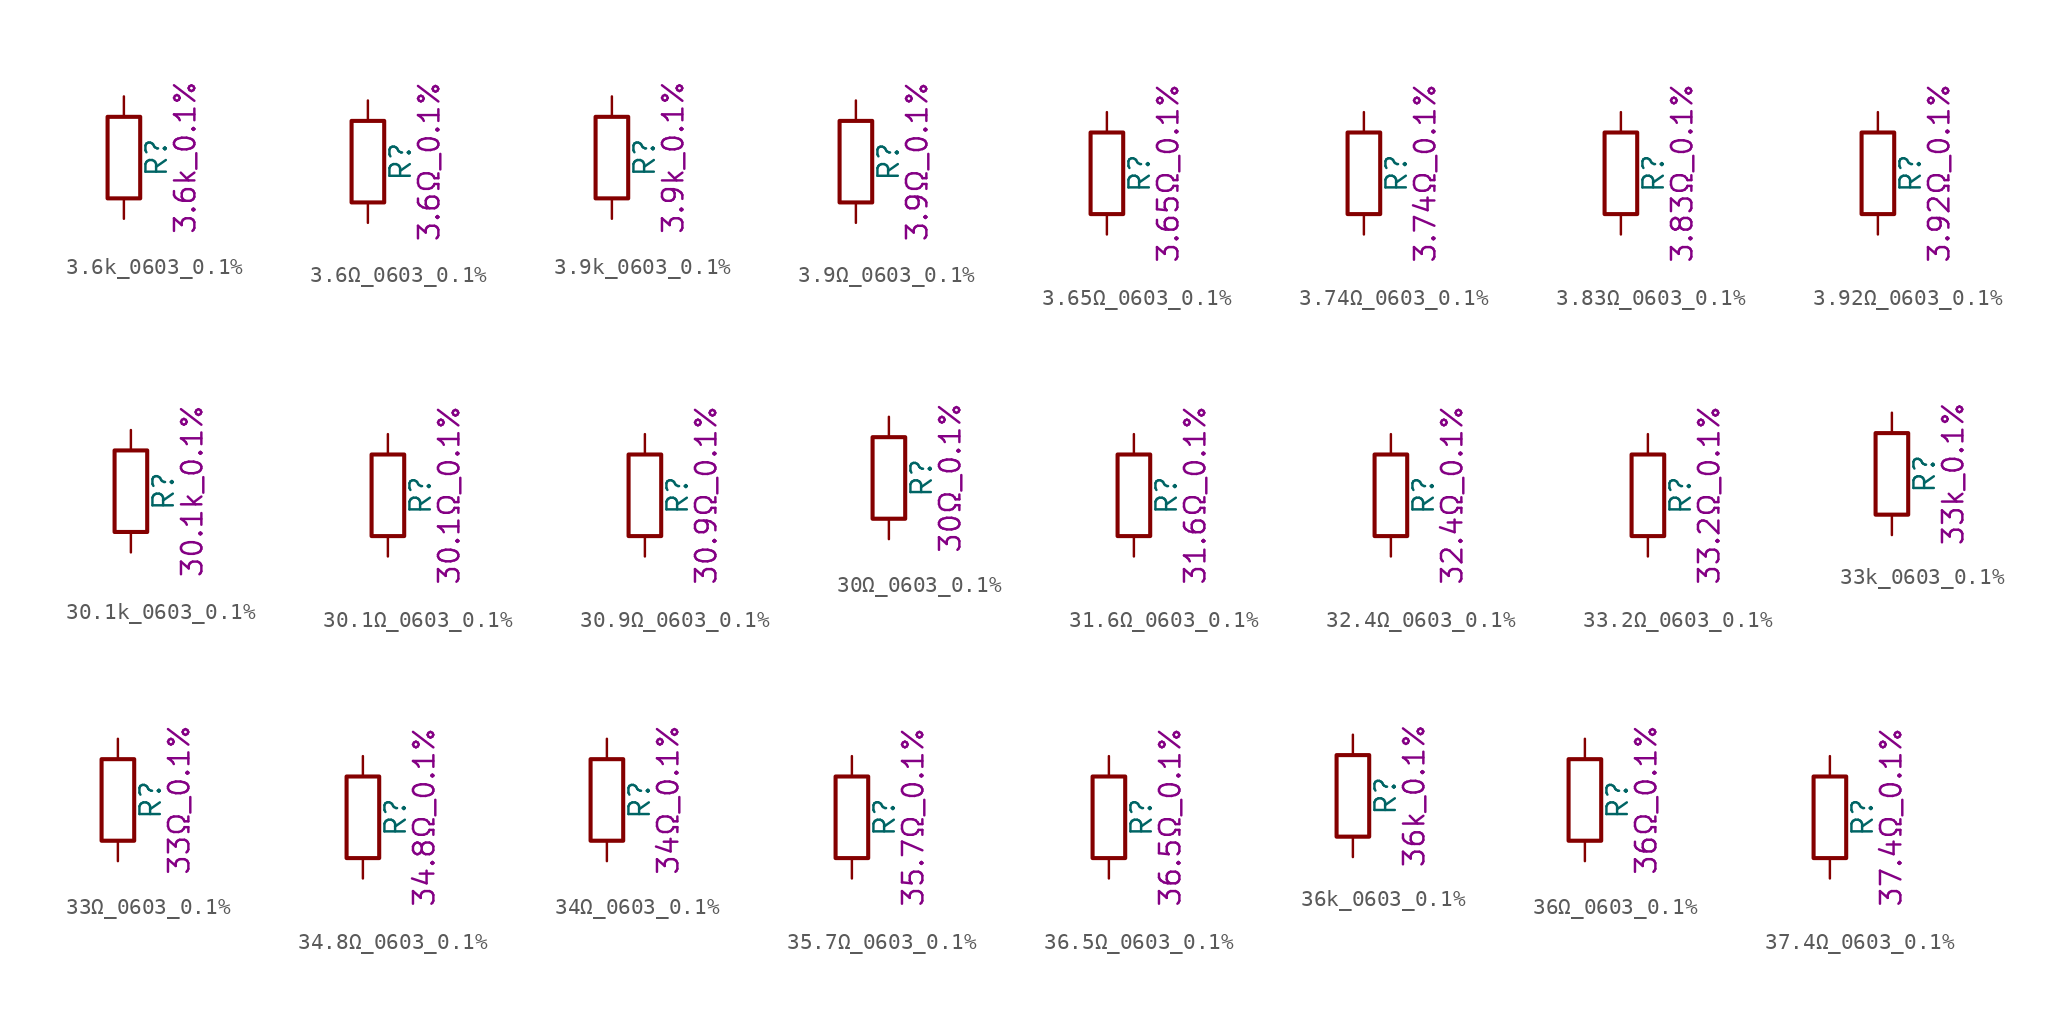
<source format=kicad_sym>
(kicad_symbol_lib
  (version 20211014)
  (generator kicad_symbol_editor)
  (symbol "3.6k_0603_0.1%"
    (pin_numbers hide)
    (pin_names
      (offset 0))
    (property "Reference" "R"
      (at 2.032 0 90)
      (effects (font (size 1.27 1.27))))
    (property "Display" "3.6k_0.1%"
      (at 3.81 0 90)
      (effects (font (size 1.27 1.27))))
    (symbol "3.6k_0603_0.1%_0_1"
      (rectangle (start -1.016 -2.54) (end 1.016 2.54) (stroke (width 0.254) (type default) (color 0 0 0 0)) (fill (type none))))
    (symbol "3.6k_0603_0.1%_1_1"
      (pin passive line (at 0 3.81 270) (length 1.27) (name "~" (effects (font (size 1.27 1.27)))) (number "1" (effects (font (size 1.27 1.27)))))
      (pin passive line (at 0 -3.81 90) (length 1.27) (name "~" (effects (font (size 1.27 1.27)))) (number "2" (effects (font (size 1.27 1.27)))))))
  (symbol "3.6Ω_0603_0.1%"
    (pin_numbers hide)
    (pin_names
      (offset 0))
    (property "Reference" "R"
      (at 2.032 0 90)
      (effects (font (size 1.27 1.27))))
    (property "Display" "3.6Ω_0.1%"
      (at 3.81 0 90)
      (effects (font (size 1.27 1.27))))
    (symbol "3.6Ω_0603_0.1%_0_1"
      (rectangle (start -1.016 -2.54) (end 1.016 2.54) (stroke (width 0.254) (type default) (color 0 0 0 0)) (fill (type none))))
    (symbol "3.6Ω_0603_0.1%_1_1"
      (pin passive line (at 0 3.81 270) (length 1.27) (name "~" (effects (font (size 1.27 1.27)))) (number "1" (effects (font (size 1.27 1.27)))))
      (pin passive line (at 0 -3.81 90) (length 1.27) (name "~" (effects (font (size 1.27 1.27)))) (number "2" (effects (font (size 1.27 1.27)))))))
  (symbol "3.9k_0603_0.1%"
    (pin_numbers hide)
    (pin_names
      (offset 0))
    (property "Reference" "R"
      (at 2.032 0 90)
      (effects (font (size 1.27 1.27))))
    (property "Display" "3.9k_0.1%"
      (at 3.81 0 90)
      (effects (font (size 1.27 1.27))))
    (symbol "3.9k_0603_0.1%_0_1"
      (rectangle (start -1.016 -2.54) (end 1.016 2.54) (stroke (width 0.254) (type default) (color 0 0 0 0)) (fill (type none))))
    (symbol "3.9k_0603_0.1%_1_1"
      (pin passive line (at 0 3.81 270) (length 1.27) (name "~" (effects (font (size 1.27 1.27)))) (number "1" (effects (font (size 1.27 1.27)))))
      (pin passive line (at 0 -3.81 90) (length 1.27) (name "~" (effects (font (size 1.27 1.27)))) (number "2" (effects (font (size 1.27 1.27)))))))
  (symbol "3.9Ω_0603_0.1%"
    (pin_numbers hide)
    (pin_names
      (offset 0))
    (property "Reference" "R"
      (at 2.032 0 90)
      (effects (font (size 1.27 1.27))))
    (property "Display" "3.9Ω_0.1%"
      (at 3.81 0 90)
      (effects (font (size 1.27 1.27))))
    (symbol "3.9Ω_0603_0.1%_0_1"
      (rectangle (start -1.016 -2.54) (end 1.016 2.54) (stroke (width 0.254) (type default) (color 0 0 0 0)) (fill (type none))))
    (symbol "3.9Ω_0603_0.1%_1_1"
      (pin passive line (at 0 3.81 270) (length 1.27) (name "~" (effects (font (size 1.27 1.27)))) (number "1" (effects (font (size 1.27 1.27)))))
      (pin passive line (at 0 -3.81 90) (length 1.27) (name "~" (effects (font (size 1.27 1.27)))) (number "2" (effects (font (size 1.27 1.27)))))))
  (symbol "3.65Ω_0603_0.1%"
    (pin_numbers hide)
    (pin_names
      (offset 0))
    (property "Reference" "R"
      (at 2.032 0 90)
      (effects (font (size 1.27 1.27))))
    (property "Display" "3.65Ω_0.1%"
      (at 3.81 0 90)
      (effects (font (size 1.27 1.27))))
    (symbol "3.65Ω_0603_0.1%_0_1"
      (rectangle (start -1.016 -2.54) (end 1.016 2.54) (stroke (width 0.254) (type default) (color 0 0 0 0)) (fill (type none))))
    (symbol "3.65Ω_0603_0.1%_1_1"
      (pin passive line (at 0 3.81 270) (length 1.27) (name "~" (effects (font (size 1.27 1.27)))) (number "1" (effects (font (size 1.27 1.27)))))
      (pin passive line (at 0 -3.81 90) (length 1.27) (name "~" (effects (font (size 1.27 1.27)))) (number "2" (effects (font (size 1.27 1.27)))))))
  (symbol "3.74Ω_0603_0.1%"
    (pin_numbers hide)
    (pin_names
      (offset 0))
    (property "Reference" "R"
      (at 2.032 0 90)
      (effects (font (size 1.27 1.27))))
    (property "Display" "3.74Ω_0.1%"
      (at 3.81 0 90)
      (effects (font (size 1.27 1.27))))
    (symbol "3.74Ω_0603_0.1%_0_1"
      (rectangle (start -1.016 -2.54) (end 1.016 2.54) (stroke (width 0.254) (type default) (color 0 0 0 0)) (fill (type none))))
    (symbol "3.74Ω_0603_0.1%_1_1"
      (pin passive line (at 0 3.81 270) (length 1.27) (name "~" (effects (font (size 1.27 1.27)))) (number "1" (effects (font (size 1.27 1.27)))))
      (pin passive line (at 0 -3.81 90) (length 1.27) (name "~" (effects (font (size 1.27 1.27)))) (number "2" (effects (font (size 1.27 1.27)))))))
  (symbol "3.83Ω_0603_0.1%"
    (pin_numbers hide)
    (pin_names
      (offset 0))
    (property "Reference" "R"
      (at 2.032 0 90)
      (effects (font (size 1.27 1.27))))
    (property "Display" "3.83Ω_0.1%"
      (at 3.81 0 90)
      (effects (font (size 1.27 1.27))))
    (symbol "3.83Ω_0603_0.1%_0_1"
      (rectangle (start -1.016 -2.54) (end 1.016 2.54) (stroke (width 0.254) (type default) (color 0 0 0 0)) (fill (type none))))
    (symbol "3.83Ω_0603_0.1%_1_1"
      (pin passive line (at 0 3.81 270) (length 1.27) (name "~" (effects (font (size 1.27 1.27)))) (number "1" (effects (font (size 1.27 1.27)))))
      (pin passive line (at 0 -3.81 90) (length 1.27) (name "~" (effects (font (size 1.27 1.27)))) (number "2" (effects (font (size 1.27 1.27)))))))
  (symbol "3.92Ω_0603_0.1%"
    (pin_numbers hide)
    (pin_names
      (offset 0))
    (property "Reference" "R"
      (at 2.032 0 90)
      (effects (font (size 1.27 1.27))))
    (property "Display" "3.92Ω_0.1%"
      (at 3.81 0 90)
      (effects (font (size 1.27 1.27))))
    (symbol "3.92Ω_0603_0.1%_0_1"
      (rectangle (start -1.016 -2.54) (end 1.016 2.54) (stroke (width 0.254) (type default) (color 0 0 0 0)) (fill (type none))))
    (symbol "3.92Ω_0603_0.1%_1_1"
      (pin passive line (at 0 3.81 270) (length 1.27) (name "~" (effects (font (size 1.27 1.27)))) (number "1" (effects (font (size 1.27 1.27)))))
      (pin passive line (at 0 -3.81 90) (length 1.27) (name "~" (effects (font (size 1.27 1.27)))) (number "2" (effects (font (size 1.27 1.27)))))))
  (symbol "30.1k_0603_0.1%"
    (pin_numbers hide)
    (pin_names
      (offset 0))
    (property "Reference" "R"
      (at 2.032 0 90)
      (effects (font (size 1.27 1.27))))
    (property "Display" "30.1k_0.1%"
      (at 3.81 0 90)
      (effects (font (size 1.27 1.27))))
    (symbol "30.1k_0603_0.1%_0_1"
      (rectangle (start -1.016 -2.54) (end 1.016 2.54) (stroke (width 0.254) (type default) (color 0 0 0 0)) (fill (type none))))
    (symbol "30.1k_0603_0.1%_1_1"
      (pin passive line (at 0 3.81 270) (length 1.27) (name "~" (effects (font (size 1.27 1.27)))) (number "1" (effects (font (size 1.27 1.27)))))
      (pin passive line (at 0 -3.81 90) (length 1.27) (name "~" (effects (font (size 1.27 1.27)))) (number "2" (effects (font (size 1.27 1.27)))))))
  (symbol "30.1Ω_0603_0.1%"
    (pin_numbers hide)
    (pin_names
      (offset 0))
    (property "Reference" "R"
      (at 2.032 0 90)
      (effects (font (size 1.27 1.27))))
    (property "Display" "30.1Ω_0.1%"
      (at 3.81 0 90)
      (effects (font (size 1.27 1.27))))
    (symbol "30.1Ω_0603_0.1%_0_1"
      (rectangle (start -1.016 -2.54) (end 1.016 2.54) (stroke (width 0.254) (type default) (color 0 0 0 0)) (fill (type none))))
    (symbol "30.1Ω_0603_0.1%_1_1"
      (pin passive line (at 0 3.81 270) (length 1.27) (name "~" (effects (font (size 1.27 1.27)))) (number "1" (effects (font (size 1.27 1.27)))))
      (pin passive line (at 0 -3.81 90) (length 1.27) (name "~" (effects (font (size 1.27 1.27)))) (number "2" (effects (font (size 1.27 1.27)))))))
  (symbol "30.9Ω_0603_0.1%"
    (pin_numbers hide)
    (pin_names
      (offset 0))
    (property "Reference" "R"
      (at 2.032 0 90)
      (effects (font (size 1.27 1.27))))
    (property "Display" "30.9Ω_0.1%"
      (at 3.81 0 90)
      (effects (font (size 1.27 1.27))))
    (symbol "30.9Ω_0603_0.1%_0_1"
      (rectangle (start -1.016 -2.54) (end 1.016 2.54) (stroke (width 0.254) (type default) (color 0 0 0 0)) (fill (type none))))
    (symbol "30.9Ω_0603_0.1%_1_1"
      (pin passive line (at 0 3.81 270) (length 1.27) (name "~" (effects (font (size 1.27 1.27)))) (number "1" (effects (font (size 1.27 1.27)))))
      (pin passive line (at 0 -3.81 90) (length 1.27) (name "~" (effects (font (size 1.27 1.27)))) (number "2" (effects (font (size 1.27 1.27)))))))
  (symbol "30Ω_0603_0.1%"
    (pin_numbers hide)
    (pin_names
      (offset 0))
    (property "Reference" "R"
      (at 2.032 0 90)
      (effects (font (size 1.27 1.27))))
    (property "Display" "30Ω_0.1%"
      (at 3.81 0 90)
      (effects (font (size 1.27 1.27))))
    (symbol "30Ω_0603_0.1%_0_1"
      (rectangle (start -1.016 -2.54) (end 1.016 2.54) (stroke (width 0.254) (type default) (color 0 0 0 0)) (fill (type none))))
    (symbol "30Ω_0603_0.1%_1_1"
      (pin passive line (at 0 3.81 270) (length 1.27) (name "~" (effects (font (size 1.27 1.27)))) (number "1" (effects (font (size 1.27 1.27)))))
      (pin passive line (at 0 -3.81 90) (length 1.27) (name "~" (effects (font (size 1.27 1.27)))) (number "2" (effects (font (size 1.27 1.27)))))))
  (symbol "31.6Ω_0603_0.1%"
    (pin_numbers hide)
    (pin_names
      (offset 0))
    (property "Reference" "R"
      (at 2.032 0 90)
      (effects (font (size 1.27 1.27))))
    (property "Display" "31.6Ω_0.1%"
      (at 3.81 0 90)
      (effects (font (size 1.27 1.27))))
    (symbol "31.6Ω_0603_0.1%_0_1"
      (rectangle (start -1.016 -2.54) (end 1.016 2.54) (stroke (width 0.254) (type default) (color 0 0 0 0)) (fill (type none))))
    (symbol "31.6Ω_0603_0.1%_1_1"
      (pin passive line (at 0 3.81 270) (length 1.27) (name "~" (effects (font (size 1.27 1.27)))) (number "1" (effects (font (size 1.27 1.27)))))
      (pin passive line (at 0 -3.81 90) (length 1.27) (name "~" (effects (font (size 1.27 1.27)))) (number "2" (effects (font (size 1.27 1.27)))))))
  (symbol "32.4Ω_0603_0.1%"
    (pin_numbers hide)
    (pin_names
      (offset 0))
    (property "Reference" "R"
      (at 2.032 0 90)
      (effects (font (size 1.27 1.27))))
    (property "Display" "32.4Ω_0.1%"
      (at 3.81 0 90)
      (effects (font (size 1.27 1.27))))
    (symbol "32.4Ω_0603_0.1%_0_1"
      (rectangle (start -1.016 -2.54) (end 1.016 2.54) (stroke (width 0.254) (type default) (color 0 0 0 0)) (fill (type none))))
    (symbol "32.4Ω_0603_0.1%_1_1"
      (pin passive line (at 0 3.81 270) (length 1.27) (name "~" (effects (font (size 1.27 1.27)))) (number "1" (effects (font (size 1.27 1.27)))))
      (pin passive line (at 0 -3.81 90) (length 1.27) (name "~" (effects (font (size 1.27 1.27)))) (number "2" (effects (font (size 1.27 1.27)))))))
  (symbol "33.2Ω_0603_0.1%"
    (pin_numbers hide)
    (pin_names
      (offset 0))
    (property "Reference" "R"
      (at 2.032 0 90)
      (effects (font (size 1.27 1.27))))
    (property "Display" "33.2Ω_0.1%"
      (at 3.81 0 90)
      (effects (font (size 1.27 1.27))))
    (symbol "33.2Ω_0603_0.1%_0_1"
      (rectangle (start -1.016 -2.54) (end 1.016 2.54) (stroke (width 0.254) (type default) (color 0 0 0 0)) (fill (type none))))
    (symbol "33.2Ω_0603_0.1%_1_1"
      (pin passive line (at 0 3.81 270) (length 1.27) (name "~" (effects (font (size 1.27 1.27)))) (number "1" (effects (font (size 1.27 1.27)))))
      (pin passive line (at 0 -3.81 90) (length 1.27) (name "~" (effects (font (size 1.27 1.27)))) (number "2" (effects (font (size 1.27 1.27)))))))
  (symbol "33k_0603_0.1%"
    (pin_numbers hide)
    (pin_names
      (offset 0))
    (property "Reference" "R"
      (at 2.032 0 90)
      (effects (font (size 1.27 1.27))))
    (property "Display" "33k_0.1%"
      (at 3.81 0 90)
      (effects (font (size 1.27 1.27))))
    (symbol "33k_0603_0.1%_0_1"
      (rectangle (start -1.016 -2.54) (end 1.016 2.54) (stroke (width 0.254) (type default) (color 0 0 0 0)) (fill (type none))))
    (symbol "33k_0603_0.1%_1_1"
      (pin passive line (at 0 3.81 270) (length 1.27) (name "~" (effects (font (size 1.27 1.27)))) (number "1" (effects (font (size 1.27 1.27)))))
      (pin passive line (at 0 -3.81 90) (length 1.27) (name "~" (effects (font (size 1.27 1.27)))) (number "2" (effects (font (size 1.27 1.27)))))))
  (symbol "33Ω_0603_0.1%"
    (pin_numbers hide)
    (pin_names
      (offset 0))
    (property "Reference" "R"
      (at 2.032 0 90)
      (effects (font (size 1.27 1.27))))
    (property "Display" "33Ω_0.1%"
      (at 3.81 0 90)
      (effects (font (size 1.27 1.27))))
    (symbol "33Ω_0603_0.1%_0_1"
      (rectangle (start -1.016 -2.54) (end 1.016 2.54) (stroke (width 0.254) (type default) (color 0 0 0 0)) (fill (type none))))
    (symbol "33Ω_0603_0.1%_1_1"
      (pin passive line (at 0 3.81 270) (length 1.27) (name "~" (effects (font (size 1.27 1.27)))) (number "1" (effects (font (size 1.27 1.27)))))
      (pin passive line (at 0 -3.81 90) (length 1.27) (name "~" (effects (font (size 1.27 1.27)))) (number "2" (effects (font (size 1.27 1.27)))))))
  (symbol "34.8Ω_0603_0.1%"
    (pin_numbers hide)
    (pin_names
      (offset 0))
    (property "Reference" "R"
      (at 2.032 0 90)
      (effects (font (size 1.27 1.27))))
    (property "Display" "34.8Ω_0.1%"
      (at 3.81 0 90)
      (effects (font (size 1.27 1.27))))
    (symbol "34.8Ω_0603_0.1%_0_1"
      (rectangle (start -1.016 -2.54) (end 1.016 2.54) (stroke (width 0.254) (type default) (color 0 0 0 0)) (fill (type none))))
    (symbol "34.8Ω_0603_0.1%_1_1"
      (pin passive line (at 0 3.81 270) (length 1.27) (name "~" (effects (font (size 1.27 1.27)))) (number "1" (effects (font (size 1.27 1.27)))))
      (pin passive line (at 0 -3.81 90) (length 1.27) (name "~" (effects (font (size 1.27 1.27)))) (number "2" (effects (font (size 1.27 1.27)))))))
  (symbol "34Ω_0603_0.1%"
    (pin_numbers hide)
    (pin_names
      (offset 0))
    (property "Reference" "R"
      (at 2.032 0 90)
      (effects (font (size 1.27 1.27))))
    (property "Display" "34Ω_0.1%"
      (at 3.81 0 90)
      (effects (font (size 1.27 1.27))))
    (symbol "34Ω_0603_0.1%_0_1"
      (rectangle (start -1.016 -2.54) (end 1.016 2.54) (stroke (width 0.254) (type default) (color 0 0 0 0)) (fill (type none))))
    (symbol "34Ω_0603_0.1%_1_1"
      (pin passive line (at 0 3.81 270) (length 1.27) (name "~" (effects (font (size 1.27 1.27)))) (number "1" (effects (font (size 1.27 1.27)))))
      (pin passive line (at 0 -3.81 90) (length 1.27) (name "~" (effects (font (size 1.27 1.27)))) (number "2" (effects (font (size 1.27 1.27)))))))
  (symbol "35.7Ω_0603_0.1%"
    (pin_numbers hide)
    (pin_names
      (offset 0))
    (property "Reference" "R"
      (at 2.032 0 90)
      (effects (font (size 1.27 1.27))))
    (property "Display" "35.7Ω_0.1%"
      (at 3.81 0 90)
      (effects (font (size 1.27 1.27))))
    (symbol "35.7Ω_0603_0.1%_0_1"
      (rectangle (start -1.016 -2.54) (end 1.016 2.54) (stroke (width 0.254) (type default) (color 0 0 0 0)) (fill (type none))))
    (symbol "35.7Ω_0603_0.1%_1_1"
      (pin passive line (at 0 3.81 270) (length 1.27) (name "~" (effects (font (size 1.27 1.27)))) (number "1" (effects (font (size 1.27 1.27)))))
      (pin passive line (at 0 -3.81 90) (length 1.27) (name "~" (effects (font (size 1.27 1.27)))) (number "2" (effects (font (size 1.27 1.27)))))))
  (symbol "36.5Ω_0603_0.1%"
    (pin_numbers hide)
    (pin_names
      (offset 0))
    (property "Reference" "R"
      (at 2.032 0 90)
      (effects (font (size 1.27 1.27))))
    (property "Display" "36.5Ω_0.1%"
      (at 3.81 0 90)
      (effects (font (size 1.27 1.27))))
    (symbol "36.5Ω_0603_0.1%_0_1"
      (rectangle (start -1.016 -2.54) (end 1.016 2.54) (stroke (width 0.254) (type default) (color 0 0 0 0)) (fill (type none))))
    (symbol "36.5Ω_0603_0.1%_1_1"
      (pin passive line (at 0 3.81 270) (length 1.27) (name "~" (effects (font (size 1.27 1.27)))) (number "1" (effects (font (size 1.27 1.27)))))
      (pin passive line (at 0 -3.81 90) (length 1.27) (name "~" (effects (font (size 1.27 1.27)))) (number "2" (effects (font (size 1.27 1.27)))))))
  (symbol "36k_0603_0.1%"
    (pin_numbers hide)
    (pin_names
      (offset 0))
    (property "Reference" "R"
      (at 2.032 0 90)
      (effects (font (size 1.27 1.27))))
    (property "Display" "36k_0.1%"
      (at 3.81 0 90)
      (effects (font (size 1.27 1.27))))
    (symbol "36k_0603_0.1%_0_1"
      (rectangle (start -1.016 -2.54) (end 1.016 2.54) (stroke (width 0.254) (type default) (color 0 0 0 0)) (fill (type none))))
    (symbol "36k_0603_0.1%_1_1"
      (pin passive line (at 0 3.81 270) (length 1.27) (name "~" (effects (font (size 1.27 1.27)))) (number "1" (effects (font (size 1.27 1.27)))))
      (pin passive line (at 0 -3.81 90) (length 1.27) (name "~" (effects (font (size 1.27 1.27)))) (number "2" (effects (font (size 1.27 1.27)))))))
  (symbol "36Ω_0603_0.1%"
    (pin_numbers hide)
    (pin_names
      (offset 0))
    (property "Reference" "R"
      (at 2.032 0 90)
      (effects (font (size 1.27 1.27))))
    (property "Display" "36Ω_0.1%"
      (at 3.81 0 90)
      (effects (font (size 1.27 1.27))))
    (symbol "36Ω_0603_0.1%_0_1"
      (rectangle (start -1.016 -2.54) (end 1.016 2.54) (stroke (width 0.254) (type default) (color 0 0 0 0)) (fill (type none))))
    (symbol "36Ω_0603_0.1%_1_1"
      (pin passive line (at 0 3.81 270) (length 1.27) (name "~" (effects (font (size 1.27 1.27)))) (number "1" (effects (font (size 1.27 1.27)))))
      (pin passive line (at 0 -3.81 90) (length 1.27) (name "~" (effects (font (size 1.27 1.27)))) (number "2" (effects (font (size 1.27 1.27)))))))
  (symbol "37.4Ω_0603_0.1%"
    (pin_numbers hide)
    (pin_names
      (offset 0))
    (property "Reference" "R"
      (at 2.032 0 90)
      (effects (font (size 1.27 1.27))))
    (property "Display" "37.4Ω_0.1%"
      (at 3.81 0 90)
      (effects (font (size 1.27 1.27))))
    (symbol "37.4Ω_0603_0.1%_0_1"
      (rectangle (start -1.016 -2.54) (end 1.016 2.54) (stroke (width 0.254) (type default) (color 0 0 0 0)) (fill (type none))))
    (symbol "37.4Ω_0603_0.1%_1_1"
      (pin passive line (at 0 3.81 270) (length 1.27) (name "~" (effects (font (size 1.27 1.27)))) (number "1" (effects (font (size 1.27 1.27)))))
      (pin passive line (at 0 -3.81 90) (length 1.27) (name "~" (effects (font (size 1.27 1.27)))) (number "2" (effects (font (size 1.27 1.27))))))))
</source>
